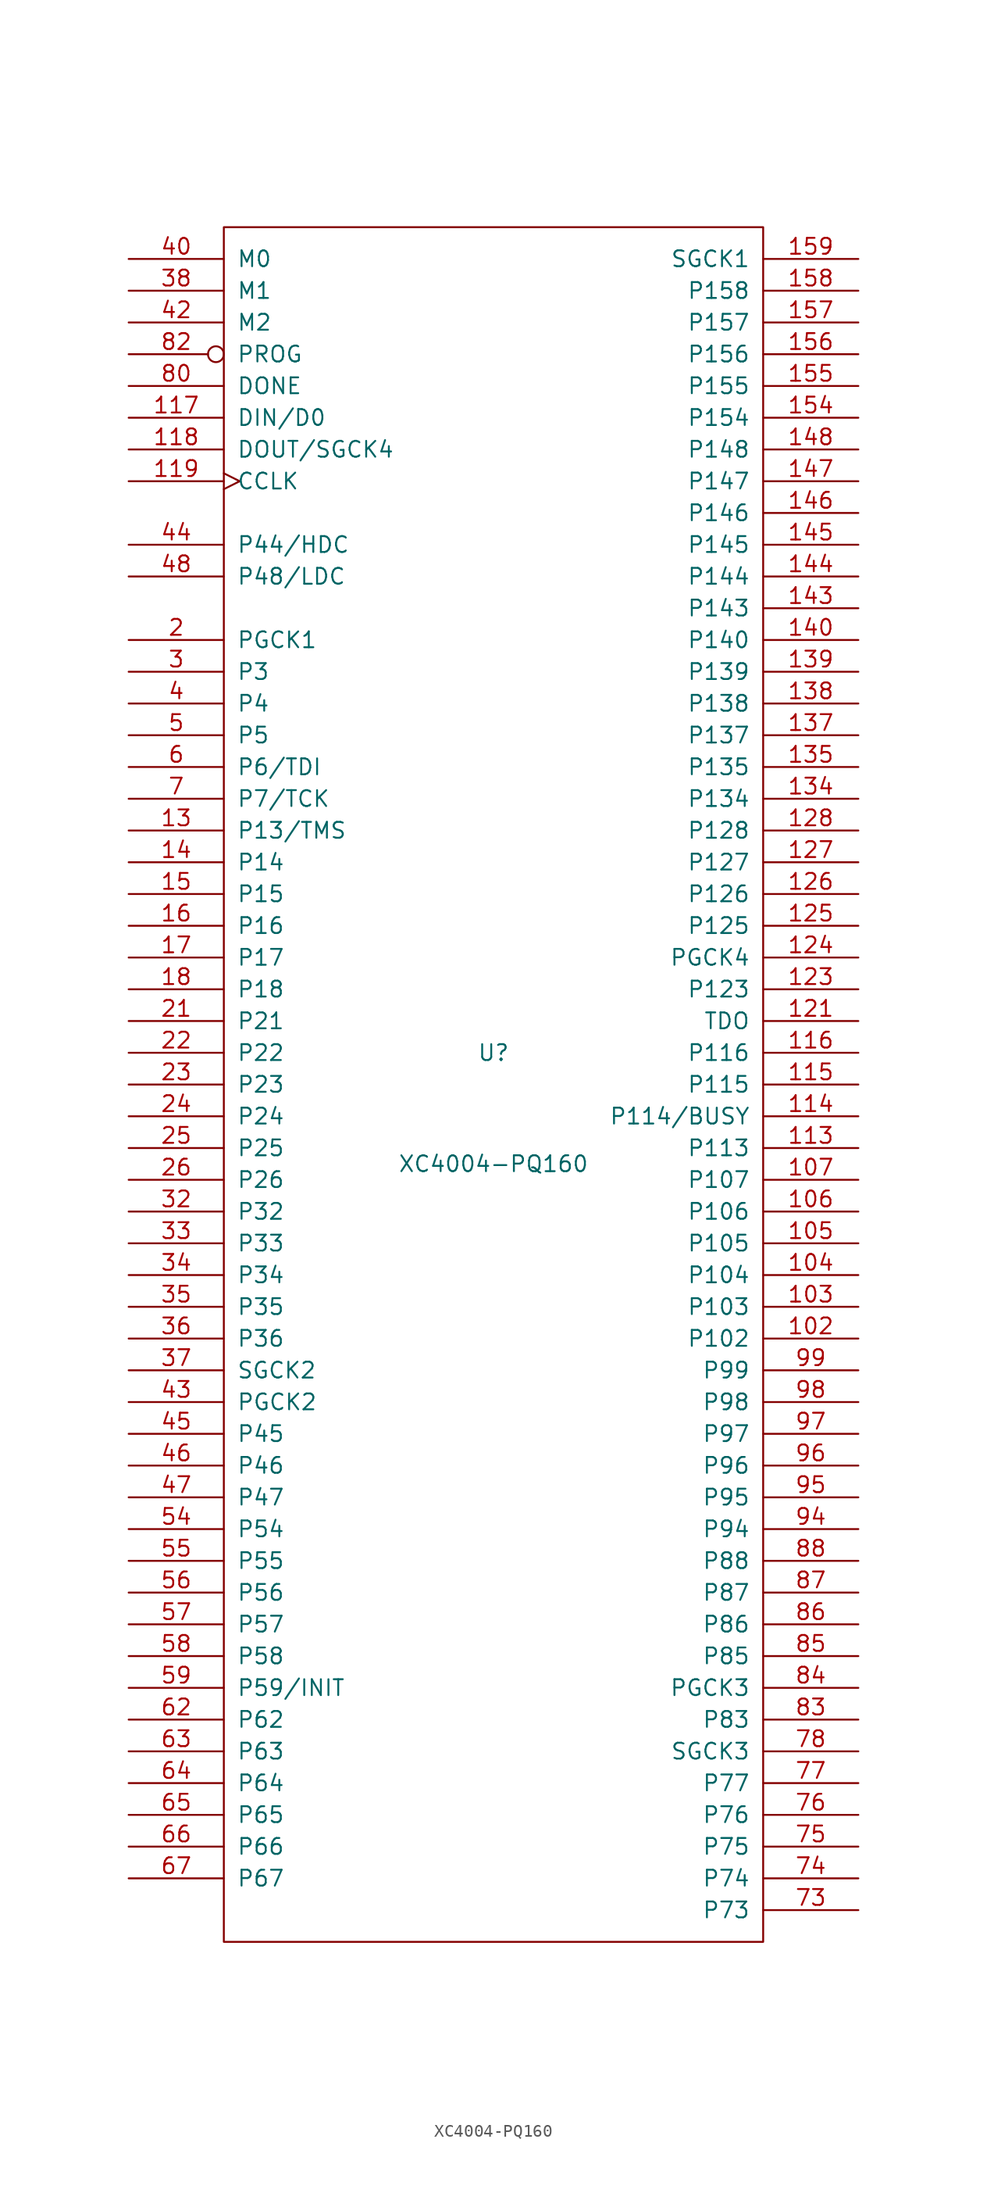
<source format=kicad_sym>
(kicad_symbol_lib
  (version 20201005)
  (generator kicad_symbol_editor)
  (symbol "XC4004-PQ160"
    (pin_names
      (offset 1.016))
    (property "Reference" "U"
      (at 0 2.54 0)
      (effects (font (size 1.27 1.27))))
    (property "Value" "XC4004-PQ160"
      (at 0 -6.35 0)
      (effects (font (size 1.27 1.27))))
    (symbol "XC4004-PQ160_0_1"
      (rectangle (start -21.59 -68.58) (end 21.59 68.58) (stroke (width 0)) (fill (type none))))
    (symbol "XC4004-PQ160_1_1"
      (pin power_in line (at -19.05 -68.58 90) (length 0) hide (name "GND" (effects (font (size 1.27 1.27)))) (number "1" (effects (font (size 1.27 1.27)))))
      (pin power_in line (at -16.51 -68.58 90) (length 0) hide (name "GND" (effects (font (size 1.27 1.27)))) (number "10" (effects (font (size 1.27 1.27)))))
      (pin power_in line (at 2.54 68.58 270) (length 0) hide (name "VCC" (effects (font (size 1.27 1.27)))) (number "100" (effects (font (size 1.27 1.27)))))
      (pin power_in line (at 6.35 -68.58 90) (length 0) hide (name "GND" (effects (font (size 1.27 1.27)))) (number "101" (effects (font (size 1.27 1.27)))))
      (pin bidirectional line (at 29.21 -20.32 180) (length 7.62) (name "P102" (effects (font (size 1.27 1.27)))) (number "102" (effects (font (size 1.27 1.27)))))
      (pin bidirectional line (at 29.21 -17.78 180) (length 7.62) (name "P103" (effects (font (size 1.27 1.27)))) (number "103" (effects (font (size 1.27 1.27)))))
      (pin bidirectional line (at 29.21 -15.24 180) (length 7.62) (name "P104" (effects (font (size 1.27 1.27)))) (number "104" (effects (font (size 1.27 1.27)))))
      (pin bidirectional line (at 29.21 -12.7 180) (length 7.62) (name "P105" (effects (font (size 1.27 1.27)))) (number "105" (effects (font (size 1.27 1.27)))))
      (pin bidirectional line (at 29.21 -10.16 180) (length 7.62) (name "P106" (effects (font (size 1.27 1.27)))) (number "106" (effects (font (size 1.27 1.27)))))
      (pin bidirectional line (at 29.21 -7.62 180) (length 7.62) (name "P107" (effects (font (size 1.27 1.27)))) (number "107" (effects (font (size 1.27 1.27)))))
      (pin power_in line (at 8.89 -68.58 90) (length 0) hide (name "GND" (effects (font (size 1.27 1.27)))) (number "110" (effects (font (size 1.27 1.27)))))
      (pin bidirectional line (at 29.21 -5.08 180) (length 7.62) (name "P113" (effects (font (size 1.27 1.27)))) (number "113" (effects (font (size 1.27 1.27)))))
      (pin bidirectional line (at 29.21 -2.54 180) (length 7.62) (name "P114/BUSY" (effects (font (size 1.27 1.27)))) (number "114" (effects (font (size 1.27 1.27)))))
      (pin bidirectional line (at 29.21 0 180) (length 7.62) (name "P115" (effects (font (size 1.27 1.27)))) (number "115" (effects (font (size 1.27 1.27)))))
      (pin bidirectional line (at 29.21 2.54 180) (length 7.62) (name "P116" (effects (font (size 1.27 1.27)))) (number "116" (effects (font (size 1.27 1.27)))))
      (pin bidirectional line (at -29.21 53.34 0) (length 7.62) (name "DIN/D0" (effects (font (size 1.27 1.27)))) (number "117" (effects (font (size 1.27 1.27)))))
      (pin bidirectional line (at -29.21 50.8 0) (length 7.62) (name "DOUT/SGCK4" (effects (font (size 1.27 1.27)))) (number "118" (effects (font (size 1.27 1.27)))))
      (pin input clock (at -29.21 48.26 0) (length 7.62) (name "CCLK" (effects (font (size 1.27 1.27)))) (number "119" (effects (font (size 1.27 1.27)))))
      (pin power_in line (at 5.08 68.58 270) (length 0) hide (name "VCC" (effects (font (size 1.27 1.27)))) (number "120" (effects (font (size 1.27 1.27)))))
      (pin output line (at 29.21 5.08 180) (length 7.62) (name "TDO" (effects (font (size 1.27 1.27)))) (number "121" (effects (font (size 1.27 1.27)))))
      (pin power_in line (at 11.43 -68.58 90) (length 0) hide (name "GND" (effects (font (size 1.27 1.27)))) (number "122" (effects (font (size 1.27 1.27)))))
      (pin bidirectional line (at 29.21 7.62 180) (length 7.62) (name "P123" (effects (font (size 1.27 1.27)))) (number "123" (effects (font (size 1.27 1.27)))))
      (pin bidirectional line (at 29.21 10.16 180) (length 7.62) (name "PGCK4" (effects (font (size 1.27 1.27)))) (number "124" (effects (font (size 1.27 1.27)))))
      (pin bidirectional line (at 29.21 12.7 180) (length 7.62) (name "P125" (effects (font (size 1.27 1.27)))) (number "125" (effects (font (size 1.27 1.27)))))
      (pin bidirectional line (at 29.21 15.24 180) (length 7.62) (name "P126" (effects (font (size 1.27 1.27)))) (number "126" (effects (font (size 1.27 1.27)))))
      (pin bidirectional line (at 29.21 17.78 180) (length 7.62) (name "P127" (effects (font (size 1.27 1.27)))) (number "127" (effects (font (size 1.27 1.27)))))
      (pin bidirectional line (at 29.21 20.32 180) (length 7.62) (name "P128" (effects (font (size 1.27 1.27)))) (number "128" (effects (font (size 1.27 1.27)))))
      (pin bidirectional line (at -29.21 20.32 0) (length 7.62) (name "P13/TMS" (effects (font (size 1.27 1.27)))) (number "13" (effects (font (size 1.27 1.27)))))
      (pin power_in line (at 13.97 -68.58 90) (length 0) hide (name "GND" (effects (font (size 1.27 1.27)))) (number "131" (effects (font (size 1.27 1.27)))))
      (pin bidirectional line (at 29.21 22.86 180) (length 7.62) (name "P134" (effects (font (size 1.27 1.27)))) (number "134" (effects (font (size 1.27 1.27)))))
      (pin bidirectional line (at 29.21 25.4 180) (length 7.62) (name "P135" (effects (font (size 1.27 1.27)))) (number "135" (effects (font (size 1.27 1.27)))))
      (pin bidirectional line (at 29.21 27.94 180) (length 7.62) (name "P137" (effects (font (size 1.27 1.27)))) (number "137" (effects (font (size 1.27 1.27)))))
      (pin bidirectional line (at 29.21 30.48 180) (length 7.62) (name "P138" (effects (font (size 1.27 1.27)))) (number "138" (effects (font (size 1.27 1.27)))))
      (pin bidirectional line (at 29.21 33.02 180) (length 7.62) (name "P139" (effects (font (size 1.27 1.27)))) (number "139" (effects (font (size 1.27 1.27)))))
      (pin bidirectional line (at -29.21 17.78 0) (length 7.62) (name "P14" (effects (font (size 1.27 1.27)))) (number "14" (effects (font (size 1.27 1.27)))))
      (pin bidirectional line (at 29.21 35.56 180) (length 7.62) (name "P140" (effects (font (size 1.27 1.27)))) (number "140" (effects (font (size 1.27 1.27)))))
      (pin power_in line (at 16.51 -68.58 90) (length 0) hide (name "GND" (effects (font (size 1.27 1.27)))) (number "141" (effects (font (size 1.27 1.27)))))
      (pin power_in line (at 7.62 68.58 270) (length 0) hide (name "VCC" (effects (font (size 1.27 1.27)))) (number "142" (effects (font (size 1.27 1.27)))))
      (pin bidirectional line (at 29.21 38.1 180) (length 7.62) (name "P143" (effects (font (size 1.27 1.27)))) (number "143" (effects (font (size 1.27 1.27)))))
      (pin bidirectional line (at 29.21 40.64 180) (length 7.62) (name "P144" (effects (font (size 1.27 1.27)))) (number "144" (effects (font (size 1.27 1.27)))))
      (pin bidirectional line (at 29.21 43.18 180) (length 7.62) (name "P145" (effects (font (size 1.27 1.27)))) (number "145" (effects (font (size 1.27 1.27)))))
      (pin bidirectional line (at 29.21 45.72 180) (length 7.62) (name "P146" (effects (font (size 1.27 1.27)))) (number "146" (effects (font (size 1.27 1.27)))))
      (pin bidirectional line (at 29.21 48.26 180) (length 7.62) (name "P147" (effects (font (size 1.27 1.27)))) (number "147" (effects (font (size 1.27 1.27)))))
      (pin bidirectional line (at 29.21 50.8 180) (length 7.62) (name "P148" (effects (font (size 1.27 1.27)))) (number "148" (effects (font (size 1.27 1.27)))))
      (pin bidirectional line (at -29.21 15.24 0) (length 7.62) (name "P15" (effects (font (size 1.27 1.27)))) (number "15" (effects (font (size 1.27 1.27)))))
      (pin power_in line (at 19.05 -68.58 90) (length 0) hide (name "GND" (effects (font (size 1.27 1.27)))) (number "151" (effects (font (size 1.27 1.27)))))
      (pin bidirectional line (at 29.21 53.34 180) (length 7.62) (name "P154" (effects (font (size 1.27 1.27)))) (number "154" (effects (font (size 1.27 1.27)))))
      (pin bidirectional line (at 29.21 55.88 180) (length 7.62) (name "P155" (effects (font (size 1.27 1.27)))) (number "155" (effects (font (size 1.27 1.27)))))
      (pin bidirectional line (at 29.21 58.42 180) (length 7.62) (name "P156" (effects (font (size 1.27 1.27)))) (number "156" (effects (font (size 1.27 1.27)))))
      (pin bidirectional line (at 29.21 60.96 180) (length 7.62) (name "P157" (effects (font (size 1.27 1.27)))) (number "157" (effects (font (size 1.27 1.27)))))
      (pin bidirectional line (at 29.21 63.5 180) (length 7.62) (name "P158" (effects (font (size 1.27 1.27)))) (number "158" (effects (font (size 1.27 1.27)))))
      (pin bidirectional line (at 29.21 66.04 180) (length 7.62) (name "SGCK1" (effects (font (size 1.27 1.27)))) (number "159" (effects (font (size 1.27 1.27)))))
      (pin bidirectional line (at -29.21 12.7 0) (length 7.62) (name "P16" (effects (font (size 1.27 1.27)))) (number "16" (effects (font (size 1.27 1.27)))))
      (pin power_in line (at 10.16 68.58 270) (length 0) hide (name "VCC" (effects (font (size 1.27 1.27)))) (number "160" (effects (font (size 1.27 1.27)))))
      (pin bidirectional line (at -29.21 10.16 0) (length 7.62) (name "P17" (effects (font (size 1.27 1.27)))) (number "17" (effects (font (size 1.27 1.27)))))
      (pin bidirectional line (at -29.21 7.62 0) (length 7.62) (name "P18" (effects (font (size 1.27 1.27)))) (number "18" (effects (font (size 1.27 1.27)))))
      (pin power_in line (at -13.97 -68.58 90) (length 0) hide (name "GND" (effects (font (size 1.27 1.27)))) (number "19" (effects (font (size 1.27 1.27)))))
      (pin bidirectional line (at -29.21 35.56 0) (length 7.62) (name "PGCK1" (effects (font (size 1.27 1.27)))) (number "2" (effects (font (size 1.27 1.27)))))
      (pin power_in line (at -7.62 68.58 270) (length 0) hide (name "VCC" (effects (font (size 1.27 1.27)))) (number "20" (effects (font (size 1.27 1.27)))))
      (pin bidirectional line (at -29.21 5.08 0) (length 7.62) (name "P21" (effects (font (size 1.27 1.27)))) (number "21" (effects (font (size 1.27 1.27)))))
      (pin bidirectional line (at -29.21 2.54 0) (length 7.62) (name "P22" (effects (font (size 1.27 1.27)))) (number "22" (effects (font (size 1.27 1.27)))))
      (pin bidirectional line (at -29.21 0 0) (length 7.62) (name "P23" (effects (font (size 1.27 1.27)))) (number "23" (effects (font (size 1.27 1.27)))))
      (pin bidirectional line (at -29.21 -2.54 0) (length 7.62) (name "P24" (effects (font (size 1.27 1.27)))) (number "24" (effects (font (size 1.27 1.27)))))
      (pin bidirectional line (at -29.21 -5.08 0) (length 7.62) (name "P25" (effects (font (size 1.27 1.27)))) (number "25" (effects (font (size 1.27 1.27)))))
      (pin bidirectional line (at -29.21 -7.62 0) (length 7.62) (name "P26" (effects (font (size 1.27 1.27)))) (number "26" (effects (font (size 1.27 1.27)))))
      (pin power_in line (at -11.43 -68.58 90) (length 0) hide (name "GND" (effects (font (size 1.27 1.27)))) (number "29" (effects (font (size 1.27 1.27)))))
      (pin bidirectional line (at -29.21 33.02 0) (length 7.62) (name "P3" (effects (font (size 1.27 1.27)))) (number "3" (effects (font (size 1.27 1.27)))))
      (pin bidirectional line (at -29.21 -10.16 0) (length 7.62) (name "P32" (effects (font (size 1.27 1.27)))) (number "32" (effects (font (size 1.27 1.27)))))
      (pin bidirectional line (at -29.21 -12.7 0) (length 7.62) (name "P33" (effects (font (size 1.27 1.27)))) (number "33" (effects (font (size 1.27 1.27)))))
      (pin bidirectional line (at -29.21 -15.24 0) (length 7.62) (name "P34" (effects (font (size 1.27 1.27)))) (number "34" (effects (font (size 1.27 1.27)))))
      (pin bidirectional line (at -29.21 -17.78 0) (length 7.62) (name "P35" (effects (font (size 1.27 1.27)))) (number "35" (effects (font (size 1.27 1.27)))))
      (pin bidirectional line (at -29.21 -20.32 0) (length 7.62) (name "P36" (effects (font (size 1.27 1.27)))) (number "36" (effects (font (size 1.27 1.27)))))
      (pin bidirectional line (at -29.21 -22.86 0) (length 7.62) (name "SGCK2" (effects (font (size 1.27 1.27)))) (number "37" (effects (font (size 1.27 1.27)))))
      (pin input line (at -29.21 63.5 0) (length 7.62) (name "M1" (effects (font (size 1.27 1.27)))) (number "38" (effects (font (size 1.27 1.27)))))
      (pin power_in line (at -8.89 -68.58 90) (length 0) hide (name "GND" (effects (font (size 1.27 1.27)))) (number "39" (effects (font (size 1.27 1.27)))))
      (pin bidirectional line (at -29.21 30.48 0) (length 7.62) (name "P4" (effects (font (size 1.27 1.27)))) (number "4" (effects (font (size 1.27 1.27)))))
      (pin input line (at -29.21 66.04 0) (length 7.62) (name "M0" (effects (font (size 1.27 1.27)))) (number "40" (effects (font (size 1.27 1.27)))))
      (pin power_in line (at -5.08 68.58 270) (length 0) hide (name "VCC" (effects (font (size 1.27 1.27)))) (number "41" (effects (font (size 1.27 1.27)))))
      (pin input line (at -29.21 60.96 0) (length 7.62) (name "M2" (effects (font (size 1.27 1.27)))) (number "42" (effects (font (size 1.27 1.27)))))
      (pin bidirectional line (at -29.21 -25.4 0) (length 7.62) (name "PGCK2" (effects (font (size 1.27 1.27)))) (number "43" (effects (font (size 1.27 1.27)))))
      (pin bidirectional line (at -29.21 43.18 0) (length 7.62) (name "P44/HDC" (effects (font (size 1.27 1.27)))) (number "44" (effects (font (size 1.27 1.27)))))
      (pin bidirectional line (at -29.21 -27.94 0) (length 7.62) (name "P45" (effects (font (size 1.27 1.27)))) (number "45" (effects (font (size 1.27 1.27)))))
      (pin bidirectional line (at -29.21 -30.48 0) (length 7.62) (name "P46" (effects (font (size 1.27 1.27)))) (number "46" (effects (font (size 1.27 1.27)))))
      (pin bidirectional line (at -29.21 -33.02 0) (length 7.62) (name "P47" (effects (font (size 1.27 1.27)))) (number "47" (effects (font (size 1.27 1.27)))))
      (pin bidirectional line (at -29.21 40.64 0) (length 7.62) (name "P48/LDC" (effects (font (size 1.27 1.27)))) (number "48" (effects (font (size 1.27 1.27)))))
      (pin bidirectional line (at -29.21 27.94 0) (length 7.62) (name "P5" (effects (font (size 1.27 1.27)))) (number "5" (effects (font (size 1.27 1.27)))))
      (pin power_in line (at -6.35 -68.58 90) (length 0) hide (name "GND" (effects (font (size 1.27 1.27)))) (number "51" (effects (font (size 1.27 1.27)))))
      (pin bidirectional line (at -29.21 -35.56 0) (length 7.62) (name "P54" (effects (font (size 1.27 1.27)))) (number "54" (effects (font (size 1.27 1.27)))))
      (pin bidirectional line (at -29.21 -38.1 0) (length 7.62) (name "P55" (effects (font (size 1.27 1.27)))) (number "55" (effects (font (size 1.27 1.27)))))
      (pin bidirectional line (at -29.21 -40.64 0) (length 7.62) (name "P56" (effects (font (size 1.27 1.27)))) (number "56" (effects (font (size 1.27 1.27)))))
      (pin bidirectional line (at -29.21 -43.18 0) (length 7.62) (name "P57" (effects (font (size 1.27 1.27)))) (number "57" (effects (font (size 1.27 1.27)))))
      (pin bidirectional line (at -29.21 -45.72 0) (length 7.62) (name "P58" (effects (font (size 1.27 1.27)))) (number "58" (effects (font (size 1.27 1.27)))))
      (pin bidirectional line (at -29.21 -48.26 0) (length 7.62) (name "P59/INIT" (effects (font (size 1.27 1.27)))) (number "59" (effects (font (size 1.27 1.27)))))
      (pin bidirectional line (at -29.21 25.4 0) (length 7.62) (name "P6/TDI" (effects (font (size 1.27 1.27)))) (number "6" (effects (font (size 1.27 1.27)))))
      (pin power_in line (at -2.54 68.58 270) (length 0) hide (name "VCC" (effects (font (size 1.27 1.27)))) (number "60" (effects (font (size 1.27 1.27)))))
      (pin power_in line (at -3.81 -68.58 90) (length 0) hide (name "GND" (effects (font (size 1.27 1.27)))) (number "61" (effects (font (size 1.27 1.27)))))
      (pin bidirectional line (at -29.21 -50.8 0) (length 7.62) (name "P62" (effects (font (size 1.27 1.27)))) (number "62" (effects (font (size 1.27 1.27)))))
      (pin bidirectional line (at -29.21 -53.34 0) (length 7.62) (name "P63" (effects (font (size 1.27 1.27)))) (number "63" (effects (font (size 1.27 1.27)))))
      (pin bidirectional line (at -29.21 -55.88 0) (length 7.62) (name "P64" (effects (font (size 1.27 1.27)))) (number "64" (effects (font (size 1.27 1.27)))))
      (pin bidirectional line (at -29.21 -58.42 0) (length 7.62) (name "P65" (effects (font (size 1.27 1.27)))) (number "65" (effects (font (size 1.27 1.27)))))
      (pin bidirectional line (at -29.21 -60.96 0) (length 7.62) (name "P66" (effects (font (size 1.27 1.27)))) (number "66" (effects (font (size 1.27 1.27)))))
      (pin bidirectional line (at -29.21 -63.5 0) (length 7.62) (name "P67" (effects (font (size 1.27 1.27)))) (number "67" (effects (font (size 1.27 1.27)))))
      (pin bidirectional line (at -29.21 22.86 0) (length 7.62) (name "P7/TCK" (effects (font (size 1.27 1.27)))) (number "7" (effects (font (size 1.27 1.27)))))
      (pin power_in line (at -1.27 -68.58 90) (length 0) hide (name "GND" (effects (font (size 1.27 1.27)))) (number "70" (effects (font (size 1.27 1.27)))))
      (pin bidirectional line (at 29.21 -66.04 180) (length 7.62) (name "P73" (effects (font (size 1.27 1.27)))) (number "73" (effects (font (size 1.27 1.27)))))
      (pin bidirectional line (at 29.21 -63.5 180) (length 7.62) (name "P74" (effects (font (size 1.27 1.27)))) (number "74" (effects (font (size 1.27 1.27)))))
      (pin bidirectional line (at 29.21 -60.96 180) (length 7.62) (name "P75" (effects (font (size 1.27 1.27)))) (number "75" (effects (font (size 1.27 1.27)))))
      (pin bidirectional line (at 29.21 -58.42 180) (length 7.62) (name "P76" (effects (font (size 1.27 1.27)))) (number "76" (effects (font (size 1.27 1.27)))))
      (pin bidirectional line (at 29.21 -55.88 180) (length 7.62) (name "P77" (effects (font (size 1.27 1.27)))) (number "77" (effects (font (size 1.27 1.27)))))
      (pin bidirectional line (at 29.21 -53.34 180) (length 7.62) (name "SGCK3" (effects (font (size 1.27 1.27)))) (number "78" (effects (font (size 1.27 1.27)))))
      (pin power_in line (at 1.27 -68.58 90) (length 0) hide (name "GND" (effects (font (size 1.27 1.27)))) (number "79" (effects (font (size 1.27 1.27)))))
      (pin input line (at -29.21 55.88 0) (length 7.62) (name "DONE" (effects (font (size 1.27 1.27)))) (number "80" (effects (font (size 1.27 1.27)))))
      (pin power_in line (at 0 68.58 270) (length 0) hide (name "VCC" (effects (font (size 1.27 1.27)))) (number "81" (effects (font (size 1.27 1.27)))))
      (pin input inverted (at -29.21 58.42 0) (length 7.62) (name "PROG" (effects (font (size 1.27 1.27)))) (number "82" (effects (font (size 1.27 1.27)))))
      (pin bidirectional line (at 29.21 -50.8 180) (length 7.62) (name "P83" (effects (font (size 1.27 1.27)))) (number "83" (effects (font (size 1.27 1.27)))))
      (pin bidirectional line (at 29.21 -48.26 180) (length 7.62) (name "PGCK3" (effects (font (size 1.27 1.27)))) (number "84" (effects (font (size 1.27 1.27)))))
      (pin bidirectional line (at 29.21 -45.72 180) (length 7.62) (name "P85" (effects (font (size 1.27 1.27)))) (number "85" (effects (font (size 1.27 1.27)))))
      (pin bidirectional line (at 29.21 -43.18 180) (length 7.62) (name "P86" (effects (font (size 1.27 1.27)))) (number "86" (effects (font (size 1.27 1.27)))))
      (pin bidirectional line (at 29.21 -40.64 180) (length 7.62) (name "P87" (effects (font (size 1.27 1.27)))) (number "87" (effects (font (size 1.27 1.27)))))
      (pin bidirectional line (at 29.21 -38.1 180) (length 7.62) (name "P88" (effects (font (size 1.27 1.27)))) (number "88" (effects (font (size 1.27 1.27)))))
      (pin power_in line (at 3.81 -68.58 90) (length 0) hide (name "GND" (effects (font (size 1.27 1.27)))) (number "91" (effects (font (size 1.27 1.27)))))
      (pin bidirectional line (at 29.21 -35.56 180) (length 7.62) (name "P94" (effects (font (size 1.27 1.27)))) (number "94" (effects (font (size 1.27 1.27)))))
      (pin bidirectional line (at 29.21 -33.02 180) (length 7.62) (name "P95" (effects (font (size 1.27 1.27)))) (number "95" (effects (font (size 1.27 1.27)))))
      (pin bidirectional line (at 29.21 -30.48 180) (length 7.62) (name "P96" (effects (font (size 1.27 1.27)))) (number "96" (effects (font (size 1.27 1.27)))))
      (pin bidirectional line (at 29.21 -27.94 180) (length 7.62) (name "P97" (effects (font (size 1.27 1.27)))) (number "97" (effects (font (size 1.27 1.27)))))
      (pin bidirectional line (at 29.21 -25.4 180) (length 7.62) (name "P98" (effects (font (size 1.27 1.27)))) (number "98" (effects (font (size 1.27 1.27)))))
      (pin bidirectional line (at 29.21 -22.86 180) (length 7.62) (name "P99" (effects (font (size 1.27 1.27)))) (number "99" (effects (font (size 1.27 1.27))))))))
</source>
